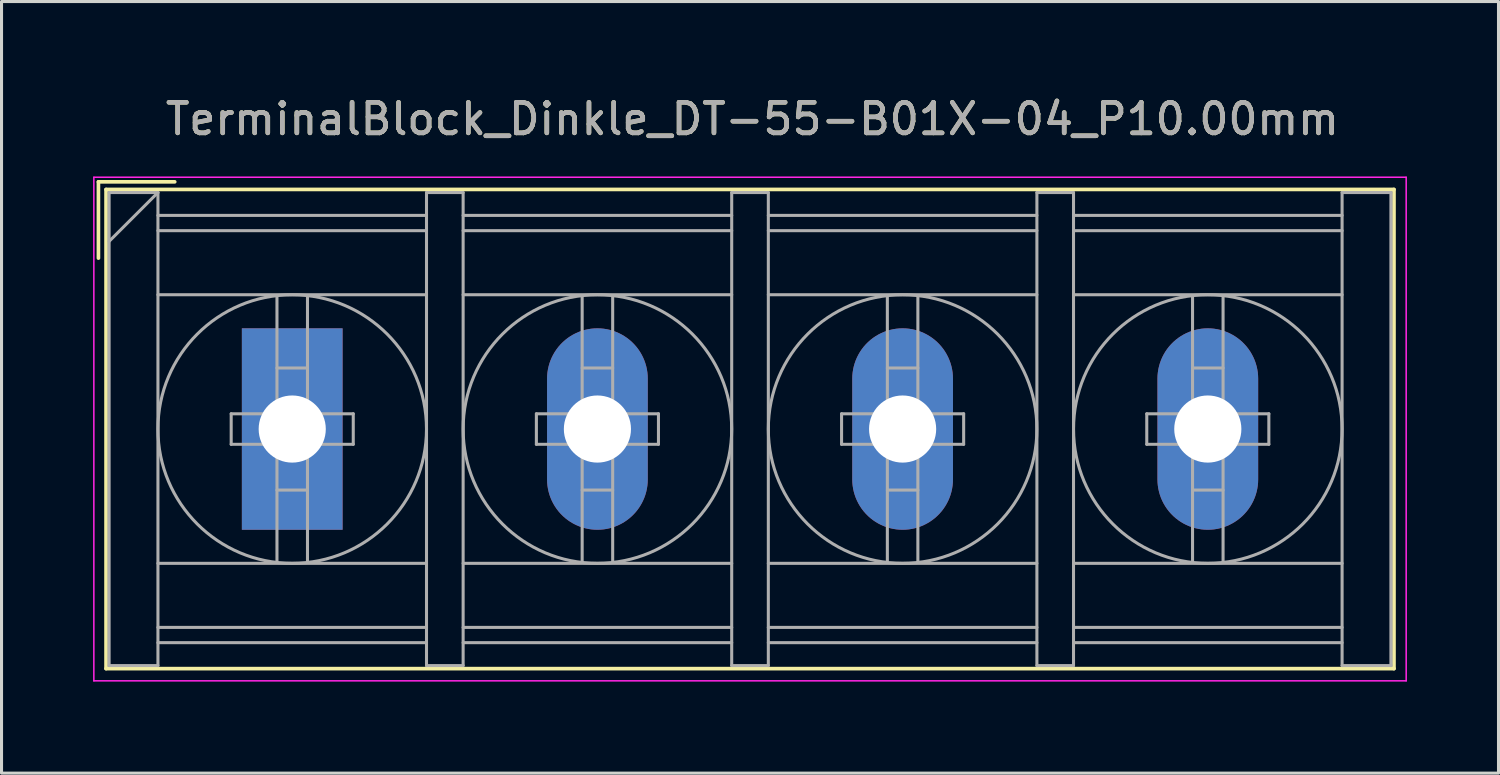
<source format=kicad_pcb>
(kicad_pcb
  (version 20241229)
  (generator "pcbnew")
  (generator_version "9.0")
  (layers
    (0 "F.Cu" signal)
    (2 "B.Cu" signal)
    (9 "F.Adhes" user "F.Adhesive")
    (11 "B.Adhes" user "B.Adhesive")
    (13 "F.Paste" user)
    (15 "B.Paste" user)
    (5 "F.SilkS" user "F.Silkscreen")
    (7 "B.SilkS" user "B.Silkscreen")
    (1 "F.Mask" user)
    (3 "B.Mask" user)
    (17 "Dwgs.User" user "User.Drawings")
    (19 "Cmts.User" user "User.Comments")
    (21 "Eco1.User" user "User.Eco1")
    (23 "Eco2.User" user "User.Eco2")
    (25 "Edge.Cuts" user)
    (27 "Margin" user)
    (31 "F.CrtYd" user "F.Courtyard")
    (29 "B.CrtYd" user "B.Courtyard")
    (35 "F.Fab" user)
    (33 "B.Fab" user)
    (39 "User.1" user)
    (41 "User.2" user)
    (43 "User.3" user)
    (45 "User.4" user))
  (footprint "TerminalBlock_Dinkle_DT-55-B01X-04_P10.00mm"
    (layer "F.Cu")
    (at 6.525 11.008)
    (property "Reference" "TerminalBlock_Dinkle_DT-55-B01X-04_P10.00mm" (at 15.08 -10.16 0) (layer "F.SilkS") (effects (font (size 1 1) (thickness 0.15))))
    (attr through_hole)
    (fp_line (start -6.35 -8.1) (end -3.85 -8.1) (stroke (width 0.12) (type solid)) (layer "F.SilkS"))
    (fp_line (start -6.35 -5.6) (end -6.35 -8.1) (stroke (width 0.12) (type solid)) (layer "F.SilkS"))
    (fp_line (start -6.1 -7.85) (end 36.1 -7.85) (stroke (width 0.12) (type solid)) (layer "F.SilkS"))
    (fp_line (start -6.1 7.85) (end -6.1 -7.85) (stroke (width 0.12) (type solid)) (layer "F.SilkS"))
    (fp_line (start -6.1 7.85) (end 36.1 7.85) (stroke (width 0.12) (type solid)) (layer "F.SilkS"))
    (fp_line (start 36.1 -7.85) (end 36.1 7.85) (stroke (width 0.12) (type solid)) (layer "F.SilkS"))
    (fp_line (start -6.5 -8.25) (end 36.5 -8.25) (stroke (width 0.05) (type solid)) (layer "F.CrtYd"))
    (fp_line (start -6.5 8.25) (end -6.5 -8.25) (stroke (width 0.05) (type solid)) (layer "F.CrtYd"))
    (fp_line (start -6.5 8.25) (end 36.5 8.25) (stroke (width 0.05) (type solid)) (layer "F.CrtYd"))
    (fp_line (start 36.5 -8.25) (end 36.5 8.25) (stroke (width 0.05) (type solid)) (layer "F.CrtYd"))
    (fp_line (start -6 -7.75) (end -6 7.75) (stroke (width 0.1) (type solid)) (layer "F.Fab"))
    (fp_line (start -6 -7.75) (end -4.4 -7.75) (stroke (width 0.1) (type solid)) (layer "F.Fab"))
    (fp_line (start -6 7.75) (end -4.4 7.75) (stroke (width 0.1) (type solid)) (layer "F.Fab"))
    (fp_line (start -4.4 -7.75) (end -6 -6.15) (stroke (width 0.1) (type solid)) (layer "F.Fab"))
    (fp_line (start -4.4 -7.75) (end -4.4 7.75) (stroke (width 0.1) (type solid)) (layer "F.Fab"))
    (fp_line (start -4.4 -7) (end 4.4 -7) (stroke (width 0.1) (type solid)) (layer "F.Fab"))
    (fp_line (start -4.4 -6.5) (end 4.4 -6.5) (stroke (width 0.1) (type solid)) (layer "F.Fab"))
    (fp_line (start -4.4 -4.4) (end 4.4 -4.4) (stroke (width 0.1) (type solid)) (layer "F.Fab"))
    (fp_line (start -4.4 4.4) (end 4.4 4.4) (stroke (width 0.1) (type solid)) (layer "F.Fab"))
    (fp_line (start -4.4 6.5) (end 4.4 6.5) (stroke (width 0.1) (type solid)) (layer "F.Fab"))
    (fp_line (start -4.4 7) (end 4.4 7) (stroke (width 0.1) (type solid)) (layer "F.Fab"))
    (fp_line (start -2 -0.5) (end -2 0.5) (stroke (width 0.1) (type solid)) (layer "F.Fab"))
    (fp_line (start -2 0.5) (end -0.5 0.5) (stroke (width 0.1) (type solid)) (layer "F.Fab"))
    (fp_line (start -0.5 -4.35) (end -0.5 -0.5) (stroke (width 0.1) (type solid)) (layer "F.Fab"))
    (fp_line (start -0.5 -2) (end 0.5 -2) (stroke (width 0.1) (type solid)) (layer "F.Fab"))
    (fp_line (start -0.5 -0.5) (end -2 -0.5) (stroke (width 0.1) (type solid)) (layer "F.Fab"))
    (fp_line (start -0.5 0.5) (end -0.5 4.35) (stroke (width 0.1) (type solid)) (layer "F.Fab"))
    (fp_line (start -0.5 2) (end 0.5 2) (stroke (width 0.1) (type solid)) (layer "F.Fab"))
    (fp_line (start 0.5 -4.35) (end 0.5 -0.5) (stroke (width 0.1) (type solid)) (layer "F.Fab"))
    (fp_line (start 0.5 -0.5) (end 2 -0.5) (stroke (width 0.1) (type solid)) (layer "F.Fab"))
    (fp_line (start 0.5 0.5) (end 0.5 4.35) (stroke (width 0.1) (type solid)) (layer "F.Fab"))
    (fp_line (start 2 -0.5) (end 2 0.5) (stroke (width 0.1) (type solid)) (layer "F.Fab"))
    (fp_line (start 2 0.5) (end 0.5 0.5) (stroke (width 0.1) (type solid)) (layer "F.Fab"))
    (fp_line (start 4.4 -7.75) (end 4.4 7.75) (stroke (width 0.1) (type solid)) (layer "F.Fab"))
    (fp_line (start 4.4 -7.75) (end 5.6 -7.75) (stroke (width 0.1) (type solid)) (layer "F.Fab"))
    (fp_line (start 4.4 7.75) (end 5.6 7.75) (stroke (width 0.1) (type solid)) (layer "F.Fab"))
    (fp_line (start 5.6 -7.75) (end 5.6 7.75) (stroke (width 0.1) (type solid)) (layer "F.Fab"))
    (fp_line (start 5.6 -7) (end 14.4 -7) (stroke (width 0.1) (type solid)) (layer "F.Fab"))
    (fp_line (start 5.6 -6.5) (end 14.4 -6.5) (stroke (width 0.1) (type solid)) (layer "F.Fab"))
    (fp_line (start 5.6 -4.4) (end 14.4 -4.4) (stroke (width 0.1) (type solid)) (layer "F.Fab"))
    (fp_line (start 5.6 4.4) (end 14.4 4.4) (stroke (width 0.1) (type solid)) (layer "F.Fab"))
    (fp_line (start 5.6 6.5) (end 14.4 6.5) (stroke (width 0.1) (type solid)) (layer "F.Fab"))
    (fp_line (start 5.6 7) (end 14.4 7) (stroke (width 0.1) (type solid)) (layer "F.Fab"))
    (fp_line (start 8 -0.5) (end 8 0.5) (stroke (width 0.1) (type solid)) (layer "F.Fab"))
    (fp_line (start 8 0.5) (end 9.5 0.5) (stroke (width 0.1) (type solid)) (layer "F.Fab"))
    (fp_line (start 9.5 -4.35) (end 9.5 -0.5) (stroke (width 0.1) (type solid)) (layer "F.Fab"))
    (fp_line (start 9.5 -2) (end 10.5 -2) (stroke (width 0.1) (type solid)) (layer "F.Fab"))
    (fp_line (start 9.5 -0.5) (end 8 -0.5) (stroke (width 0.1) (type solid)) (layer "F.Fab"))
    (fp_line (start 9.5 0.5) (end 9.5 4.35) (stroke (width 0.1) (type solid)) (layer "F.Fab"))
    (fp_line (start 9.5 2) (end 10.5 2) (stroke (width 0.1) (type solid)) (layer "F.Fab"))
    (fp_line (start 10.5 -4.35) (end 10.5 -0.5) (stroke (width 0.1) (type solid)) (layer "F.Fab"))
    (fp_line (start 10.5 -0.5) (end 12 -0.5) (stroke (width 0.1) (type solid)) (layer "F.Fab"))
    (fp_line (start 10.5 0.5) (end 10.5 4.35) (stroke (width 0.1) (type solid)) (layer "F.Fab"))
    (fp_line (start 12 -0.5) (end 12 0.5) (stroke (width 0.1) (type solid)) (layer "F.Fab"))
    (fp_line (start 12 0.5) (end 10.5 0.5) (stroke (width 0.1) (type solid)) (layer "F.Fab"))
    (fp_line (start 14.4 -7.75) (end 14.4 7.75) (stroke (width 0.1) (type solid)) (layer "F.Fab"))
    (fp_line (start 14.4 -7.75) (end 15.6 -7.75) (stroke (width 0.1) (type solid)) (layer "F.Fab"))
    (fp_line (start 14.4 7.75) (end 15.6 7.75) (stroke (width 0.1) (type solid)) (layer "F.Fab"))
    (fp_line (start 15.6 -7.75) (end 15.6 7.75) (stroke (width 0.1) (type solid)) (layer "F.Fab"))
    (fp_line (start 15.6 -7) (end 24.4 -7) (stroke (width 0.1) (type solid)) (layer "F.Fab"))
    (fp_line (start 15.6 -6.5) (end 24.4 -6.5) (stroke (width 0.1) (type solid)) (layer "F.Fab"))
    (fp_line (start 15.6 -4.4) (end 24.4 -4.4) (stroke (width 0.1) (type solid)) (layer "F.Fab"))
    (fp_line (start 15.6 4.4) (end 24.4 4.4) (stroke (width 0.1) (type solid)) (layer "F.Fab"))
    (fp_line (start 15.6 6.5) (end 24.4 6.5) (stroke (width 0.1) (type solid)) (layer "F.Fab"))
    (fp_line (start 15.6 7) (end 24.4 7) (stroke (width 0.1) (type solid)) (layer "F.Fab"))
    (fp_line (start 18 -0.5) (end 18 0.5) (stroke (width 0.1) (type solid)) (layer "F.Fab"))
    (fp_line (start 18 0.5) (end 19.5 0.5) (stroke (width 0.1) (type solid)) (layer "F.Fab"))
    (fp_line (start 19.5 -4.35) (end 19.5 -0.5) (stroke (width 0.1) (type solid)) (layer "F.Fab"))
    (fp_line (start 19.5 -2) (end 20.5 -2) (stroke (width 0.1) (type solid)) (layer "F.Fab"))
    (fp_line (start 19.5 -0.5) (end 18 -0.5) (stroke (width 0.1) (type solid)) (layer "F.Fab"))
    (fp_line (start 19.5 0.5) (end 19.5 4.35) (stroke (width 0.1) (type solid)) (layer "F.Fab"))
    (fp_line (start 19.5 2) (end 20.5 2) (stroke (width 0.1) (type solid)) (layer "F.Fab"))
    (fp_line (start 20.5 -4.35) (end 20.5 -0.5) (stroke (width 0.1) (type solid)) (layer "F.Fab"))
    (fp_line (start 20.5 -0.5) (end 22 -0.5) (stroke (width 0.1) (type solid)) (layer "F.Fab"))
    (fp_line (start 20.5 0.5) (end 20.5 4.35) (stroke (width 0.1) (type solid)) (layer "F.Fab"))
    (fp_line (start 22 -0.5) (end 22 0.5) (stroke (width 0.1) (type solid)) (layer "F.Fab"))
    (fp_line (start 22 0.5) (end 20.5 0.5) (stroke (width 0.1) (type solid)) (layer "F.Fab"))
    (fp_line (start 24.4 -7.75) (end 24.4 7.75) (stroke (width 0.1) (type solid)) (layer "F.Fab"))
    (fp_line (start 24.4 -7.75) (end 25.6 -7.75) (stroke (width 0.1) (type solid)) (layer "F.Fab"))
    (fp_line (start 24.4 7.75) (end 25.6 7.75) (stroke (width 0.1) (type solid)) (layer "F.Fab"))
    (fp_line (start 25.6 -7.75) (end 25.6 7.75) (stroke (width 0.1) (type solid)) (layer "F.Fab"))
    (fp_line (start 25.6 -7) (end 34.4 -7) (stroke (width 0.1) (type solid)) (layer "F.Fab"))
    (fp_line (start 25.6 -6.5) (end 34.4 -6.5) (stroke (width 0.1) (type solid)) (layer "F.Fab"))
    (fp_line (start 25.6 -4.4) (end 34.4 -4.4) (stroke (width 0.1) (type solid)) (layer "F.Fab"))
    (fp_line (start 25.6 4.4) (end 34.4 4.4) (stroke (width 0.1) (type solid)) (layer "F.Fab"))
    (fp_line (start 25.6 6.5) (end 34.4 6.5) (stroke (width 0.1) (type solid)) (layer "F.Fab"))
    (fp_line (start 25.6 7) (end 34.4 7) (stroke (width 0.1) (type solid)) (layer "F.Fab"))
    (fp_line (start 28 -0.5) (end 28 0.5) (stroke (width 0.1) (type solid)) (layer "F.Fab"))
    (fp_line (start 28 0.5) (end 29.5 0.5) (stroke (width 0.1) (type solid)) (layer "F.Fab"))
    (fp_line (start 29.5 -4.35) (end 29.5 -0.5) (stroke (width 0.1) (type solid)) (layer "F.Fab"))
    (fp_line (start 29.5 -2) (end 30.5 -2) (stroke (width 0.1) (type solid)) (layer "F.Fab"))
    (fp_line (start 29.5 -0.5) (end 28 -0.5) (stroke (width 0.1) (type solid)) (layer "F.Fab"))
    (fp_line (start 29.5 0.5) (end 29.5 4.35) (stroke (width 0.1) (type solid)) (layer "F.Fab"))
    (fp_line (start 29.5 2) (end 30.5 2) (stroke (width 0.1) (type solid)) (layer "F.Fab"))
    (fp_line (start 30.5 -4.35) (end 30.5 -0.5) (stroke (width 0.1) (type solid)) (layer "F.Fab"))
    (fp_line (start 30.5 -0.5) (end 32 -0.5) (stroke (width 0.1) (type solid)) (layer "F.Fab"))
    (fp_line (start 30.5 0.5) (end 30.5 4.35) (stroke (width 0.1) (type solid)) (layer "F.Fab"))
    (fp_line (start 32 -0.5) (end 32 0.5) (stroke (width 0.1) (type solid)) (layer "F.Fab"))
    (fp_line (start 32 0.5) (end 30.5 0.5) (stroke (width 0.1) (type solid)) (layer "F.Fab"))
    (fp_line (start 34.4 -7.75) (end 34.4 7.75) (stroke (width 0.1) (type solid)) (layer "F.Fab"))
    (fp_line (start 34.4 -7.75) (end 36 -7.75) (stroke (width 0.1) (type solid)) (layer "F.Fab"))
    (fp_line (start 34.4 7.75) (end 36 7.75) (stroke (width 0.1) (type solid)) (layer "F.Fab"))
    (fp_line (start 36 -7.75) (end 36 7.75) (stroke (width 0.1) (type solid)) (layer "F.Fab"))
    (fp_circle (center 0 0) (end 0.5 0.5) (stroke (width 0.1) (type solid)) (fill no) (layer "F.Fab"))
    (fp_circle (center 0 0) (end 4.4 0) (stroke (width 0.1) (type solid)) (fill no) (layer "F.Fab"))
    (fp_circle (center 10 0) (end 10.5 0.5) (stroke (width 0.1) (type solid)) (fill no) (layer "F.Fab"))
    (fp_circle (center 10 0) (end 14.4 0) (stroke (width 0.1) (type solid)) (fill no) (layer "F.Fab"))
    (fp_circle (center 20 0) (end 20.5 0.5) (stroke (width 0.1) (type solid)) (fill no) (layer "F.Fab"))
    (fp_circle (center 20 0) (end 24.4 0) (stroke (width 0.1) (type solid)) (fill no) (layer "F.Fab"))
    (fp_circle (center 30 0) (end 30.5 0.5) (stroke (width 0.1) (type solid)) (fill no) (layer "F.Fab"))
    (fp_circle (center 30 0) (end 34.4 0) (stroke (width 0.1) (type solid)) (fill no) (layer "F.Fab"))
    (fp_text user "${REFERENCE}" (at 15.08 -10.16 0) (layer "F.Fab") (effects (font (size 1 1) (thickness 0.15))))
    (pad "1" thru_hole rect (at 0 0) (size 3.3 6.6) (drill 2.2) (layers "*.Cu" "*.Mask"))
    (pad "2" thru_hole oval (at 10 0) (size 3.3 6.6) (drill 2.2) (layers "*.Cu" "*.Mask"))
    (pad "3" thru_hole oval (at 20 0) (size 3.3 6.6) (drill 2.2) (layers "*.Cu" "*.Mask"))
    (pad "4" thru_hole oval (at 30 0) (size 3.3 6.6) (drill 2.2) (layers "*.Cu" "*.Mask")))
  (gr_rect
    (start -3 -3)
    (end 46.05 22.283)
    (stroke (width 0.1) (type default))
    (fill no)
    (layer "Edge.Cuts")))
</source>
